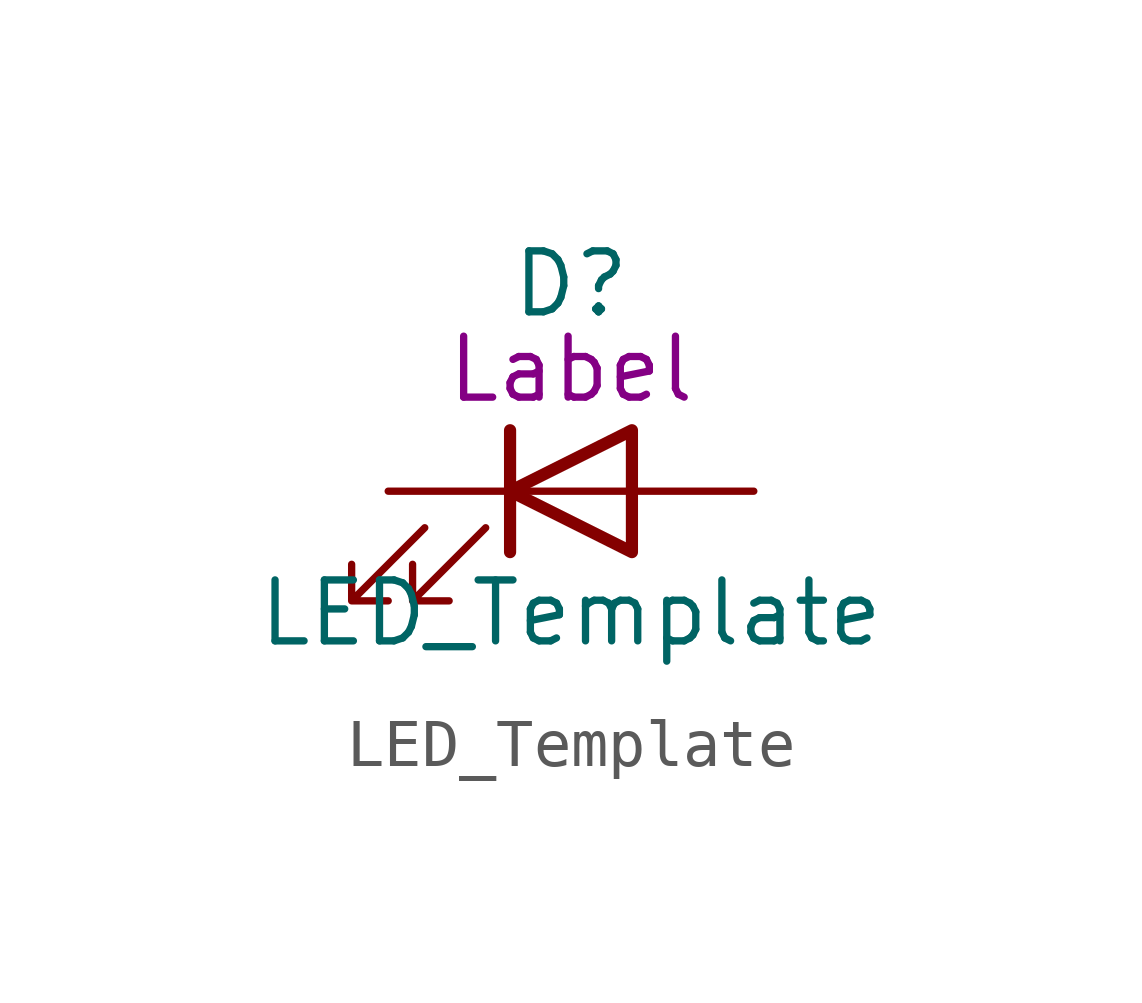
<source format=kicad_sym>
(kicad_symbol_lib
  (version 20241209)
  (generator "kicad_symbol_editor")
  (generator_version "9.0")
  (symbol "LED_Template"
    (pin_numbers
      (hide yes))
    (pin_names
      (offset 1.016)
      (hide yes))
    (property "Reference" "D"
      (at 0 4.318 0)
      (effects (font (size 1.27 1.27))))
    (property "Value" "LED_Template"
      (at 0 -2.54 0)
      (effects (font (size 1.27 1.27))))
    (property "Label" "Label"
      (at 0 2.54 0)
      (effects (font (size 1.27 1.27))))
    (symbol "LED_Template_0_1"
      (polyline (pts (xy -3.048 -0.762) (xy -4.572 -2.286) (xy -3.81 -2.286) (xy -4.572 -2.286) (xy -4.572 -1.524)) (stroke (width 0) (type default)) (fill (type none)))
      (polyline (pts (xy -1.778 -0.762) (xy -3.302 -2.286) (xy -2.54 -2.286) (xy -3.302 -2.286) (xy -3.302 -1.524)) (stroke (width 0) (type default)) (fill (type none)))
      (polyline (pts (xy -1.27 0) (xy 1.27 0)) (stroke (width 0) (type default)) (fill (type none)))
      (polyline (pts (xy -1.27 -1.27) (xy -1.27 1.27)) (stroke (width 0.254) (type default)) (fill (type none)))
      (polyline (pts (xy 1.27 -1.27) (xy 1.27 1.27) (xy -1.27 0) (xy 1.27 -1.27)) (stroke (width 0.254) (type default)) (fill (type none))))
    (symbol "LED_Template_1_1"
      (pin passive line (at -3.81 0 0) (length 2.54) (name "K" (effects (font (size 1.27 1.27)))) (number "1" (effects (font (size 1.27 1.27)))))
      (pin passive line (at 3.81 0 180) (length 2.54) (name "A" (effects (font (size 1.27 1.27)))) (number "2" (effects (font (size 1.27 1.27))))))))
</source>
